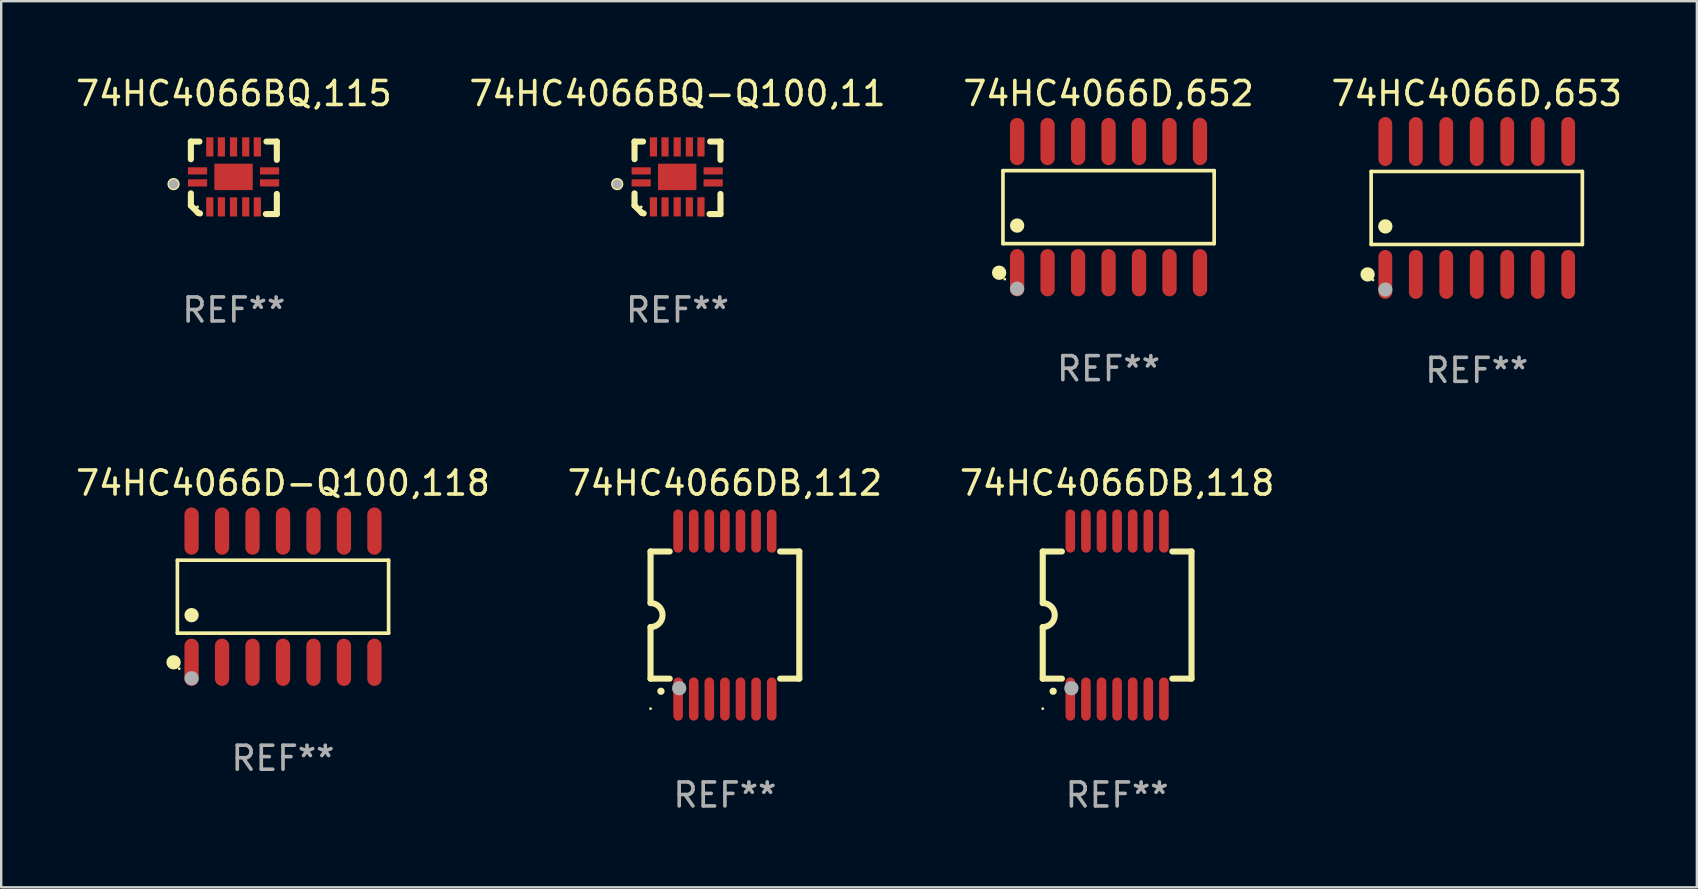
<source format=kicad_pcb>
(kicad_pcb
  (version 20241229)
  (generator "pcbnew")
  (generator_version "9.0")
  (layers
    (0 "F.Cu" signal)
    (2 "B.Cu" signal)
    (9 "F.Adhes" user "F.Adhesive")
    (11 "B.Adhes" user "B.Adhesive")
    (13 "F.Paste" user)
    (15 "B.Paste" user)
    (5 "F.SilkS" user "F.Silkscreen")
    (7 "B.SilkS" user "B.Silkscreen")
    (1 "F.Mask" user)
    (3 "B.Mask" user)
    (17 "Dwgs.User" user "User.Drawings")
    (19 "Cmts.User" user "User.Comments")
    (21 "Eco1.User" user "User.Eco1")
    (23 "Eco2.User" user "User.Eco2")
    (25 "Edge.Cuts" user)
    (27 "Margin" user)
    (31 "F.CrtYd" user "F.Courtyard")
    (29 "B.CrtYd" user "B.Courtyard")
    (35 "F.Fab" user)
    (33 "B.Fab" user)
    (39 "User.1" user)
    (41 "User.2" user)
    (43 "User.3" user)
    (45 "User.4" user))
  (footprint "74HC4066D,652"
    (layer "F.Cu")
    (at 43.149 5.582)
    (property "Reference" "74HC4066D,652" (at 0 -4.734 0) (layer "F.SilkS") (effects (font (size 1 1) (thickness 0.15))))
    (attr through_hole)
    (fp_line (start -4.401 -1.521) (end 4.401 -1.521) (stroke (width 0.152) (type solid)) (layer "F.SilkS"))
    (fp_line (start -4.401 1.521) (end -4.401 -1.521) (stroke (width 0.152) (type solid)) (layer "F.SilkS"))
    (fp_line (start 4.401 -1.521) (end 4.401 1.521) (stroke (width 0.152) (type solid)) (layer "F.SilkS"))
    (fp_line (start 4.401 1.521) (end -4.401 1.521) (stroke (width 0.152) (type solid)) (layer "F.SilkS"))
    (fp_circle (center -4.56 2.734) (end -4.41 2.734) (stroke (width 0.3) (type solid)) (fill no) (layer "F.SilkS"))
    (fp_circle (center -4.325 3) (end -4.295 3) (stroke (width 0.06) (type solid)) (fill no) (layer "F.SilkS"))
    (fp_circle (center -3.81 0.769) (end -3.66 0.769) (stroke (width 0.3) (type solid)) (fill no) (layer "F.SilkS"))
    (fp_circle (center -3.81 3.4) (end -3.66 3.4) (stroke (width 0.3) (type solid)) (fill no) (layer "F.Fab"))
    (fp_text user "REF**" (at 0 6.734 0) (layer "F.Fab") (effects (font (size 1 1) (thickness 0.15))))
    (pad "1" smd oval (at -3.81 2.734) (size 0.595 1.968) (layers "F.Cu" "F.Mask" "F.Paste"))
    (pad "2" smd oval (at -2.54 2.734) (size 0.595 1.968) (layers "F.Cu" "F.Mask" "F.Paste"))
    (pad "3" smd oval (at -1.27 2.734) (size 0.595 1.968) (layers "F.Cu" "F.Mask" "F.Paste"))
    (pad "4" smd oval (at 0 2.734) (size 0.595 1.968) (layers "F.Cu" "F.Mask" "F.Paste"))
    (pad "5" smd oval (at 1.27 2.734) (size 0.595 1.968) (layers "F.Cu" "F.Mask" "F.Paste"))
    (pad "6" smd oval (at 2.54 2.734) (size 0.595 1.968) (layers "F.Cu" "F.Mask" "F.Paste"))
    (pad "7" smd oval (at 3.81 2.734) (size 0.595 1.968) (layers "F.Cu" "F.Mask" "F.Paste"))
    (pad "8" smd oval (at 3.81 -2.734) (size 0.595 1.968) (layers "F.Cu" "F.Mask" "F.Paste"))
    (pad "9" smd oval (at 2.54 -2.734) (size 0.595 1.968) (layers "F.Cu" "F.Mask" "F.Paste"))
    (pad "10" smd oval (at 1.27 -2.734) (size 0.595 1.968) (layers "F.Cu" "F.Mask" "F.Paste"))
    (pad "11" smd oval (at 0 -2.734) (size 0.595 1.968) (layers "F.Cu" "F.Mask" "F.Paste"))
    (pad "12" smd oval (at -1.27 -2.734) (size 0.595 1.968) (layers "F.Cu" "F.Mask" "F.Paste"))
    (pad "13" smd oval (at -2.54 -2.734) (size 0.595 1.968) (layers "F.Cu" "F.Mask" "F.Paste"))
    (pad "14" smd oval (at -3.81 -2.734) (size 0.595 1.968) (layers "F.Cu" "F.Mask" "F.Paste")))
  (footprint "74HC4066BQ-Q100,11"
    (layer "F.Cu")
    (at 25.185 4.36)
    (property "Reference" "74HC4066BQ-Q100,11" (at 0 -3.511 0) (layer "F.SilkS") (effects (font (size 1 1) (thickness 0.15))))
    (attr through_hole)
    (fp_line (start -1.791 -1.511) (end -1.435 -1.511) (stroke (width 0.254) (type solid)) (layer "F.SilkS"))
    (fp_line (start -1.791 -0.775) (end -1.791 -1.511) (stroke (width 0.254) (type solid)) (layer "F.SilkS"))
    (fp_line (start -1.791 1.156) (end -1.791 0.648) (stroke (width 0.254) (type solid)) (layer "F.SilkS"))
    (fp_line (start -1.486 1.461) (end -1.791 1.156) (stroke (width 0.254) (type solid)) (layer "F.SilkS"))
    (fp_line (start -1.41 1.486) (end -1.486 1.461) (stroke (width 0.254) (type solid)) (layer "F.SilkS"))
    (fp_line (start 1.334 1.511) (end 1.791 1.511) (stroke (width 0.254) (type solid)) (layer "F.SilkS"))
    (fp_line (start 1.791 -1.511) (end 1.359 -1.511) (stroke (width 0.254) (type solid)) (layer "F.SilkS"))
    (fp_line (start 1.791 -0.749) (end 1.791 -1.511) (stroke (width 0.254) (type solid)) (layer "F.SilkS"))
    (fp_line (start 1.791 1.511) (end 1.791 0.673) (stroke (width 0.254) (type solid)) (layer "F.SilkS"))
    (fp_circle (center -2.513 0.262) (end -2.383 0.262) (stroke (width 0.254) (type solid)) (fill no) (layer "F.SilkS"))
    (fp_circle (center -1.513 1.212) (end -1.483 1.212) (stroke (width 0.06) (type solid)) (fill no) (layer "F.SilkS"))
    (fp_circle (center -2.513 0.262) (end -2.413 0.262) (stroke (width 0.2) (type solid)) (fill no) (layer "F.Fab"))
    (fp_text user "REF**" (at 0 5.511 0) (layer "F.Fab") (effects (font (size 1 1) (thickness 0.15))))
    (pad "1" smd rect (at -1.513 0.212) (size 0.8 0.3) (layers "F.Cu" "F.Mask" "F.Paste"))
    (pad "2" smd rect (at -1.003 1.212) (size 0.3 0.8) (layers "F.Cu" "F.Mask" "F.Paste"))
    (pad "3" smd rect (at -0.521 1.212) (size 0.3 0.8) (layers "F.Cu" "F.Mask" "F.Paste"))
    (pad "4" smd rect (at -0.013 1.212) (size 0.3 0.8) (layers "F.Cu" "F.Mask" "F.Paste"))
    (pad "5" smd rect (at 0.495 1.212) (size 0.3 0.8) (layers "F.Cu" "F.Mask" "F.Paste"))
    (pad "6" smd rect (at 0.978 1.212) (size 0.3 0.8) (layers "F.Cu" "F.Mask" "F.Paste"))
    (pad "7" smd rect (at 1.487 0.212) (size 0.8 0.3) (layers "F.Cu" "F.Mask" "F.Paste"))
    (pad "8" smd rect (at 1.487 -0.288) (size 0.8 0.3) (layers "F.Cu" "F.Mask" "F.Paste"))
    (pad "9" smd rect (at 0.978 -1.288) (size 0.3 0.8) (layers "F.Cu" "F.Mask" "F.Paste"))
    (pad "10" smd rect (at 0.495 -1.288) (size 0.3 0.8) (layers "F.Cu" "F.Mask" "F.Paste"))
    (pad "11" smd rect (at -0.013 -1.288) (size 0.3 0.8) (layers "F.Cu" "F.Mask" "F.Paste"))
    (pad "12" smd rect (at -0.521 -1.288) (size 0.3 0.8) (layers "F.Cu" "F.Mask" "F.Paste"))
    (pad "13" smd rect (at -1.003 -1.288) (size 0.3 0.8) (layers "F.Cu" "F.Mask" "F.Paste"))
    (pad "14" smd rect (at -1.513 -0.288) (size 0.8 0.3) (layers "F.Cu" "F.Mask" "F.Paste"))
    (pad "15" smd rect (at -0.013 -0.038 90) (size 1.1 1.6) (layers "F.Cu" "F.Mask" "F.Paste")))
  (footprint "74HC4066DB,118"
    (layer "F.Cu")
    (at 43.506 22.583)
    (property "Reference" "74HC4066DB,118" (at 0 -5.5 0) (layer "F.SilkS") (effects (font (size 1 1) (thickness 0.15))))
    (attr through_hole)
    (fp_line (start -3.1 2.65) (end -3.1 0.5) (stroke (width 0.254) (type solid)) (layer "F.SilkS"))
    (fp_line (start -3.099 -2.65) (end -2.301 -2.65) (stroke (width 0.254) (type solid)) (layer "F.SilkS"))
    (fp_line (start -3.099 -0.5) (end -3.099 -2.65) (stroke (width 0.254) (type solid)) (layer "F.SilkS"))
    (fp_line (start -2.301 2.65) (end -3.1 2.65) (stroke (width 0.254) (type solid)) (layer "F.SilkS"))
    (fp_line (start 2.301 -2.65) (end 3.1 -2.65) (stroke (width 0.254) (type solid)) (layer "F.SilkS"))
    (fp_line (start 3.1 -2.65) (end 3.1 2.65) (stroke (width 0.254) (type solid)) (layer "F.SilkS"))
    (fp_line (start 3.1 2.65) (end 2.301 2.65) (stroke (width 0.254) (type solid)) (layer "F.SilkS"))
    (fp_arc (start -3.098806 -0.500381) (mid -2.598806 0) (end -3.098806 0.500381) (stroke (width 0.254001) (type solid)) (layer "F.SilkS"))
    (fp_arc (start -2.667005 3.175006) (mid -2.665735 3.175001) (end -2.664465 3.175006) (stroke (width 0.3) (type solid)) (layer "F.SilkS"))
    (fp_circle (center -3.1 3.9) (end -3.07 3.9) (stroke (width 0.06) (type solid)) (fill no) (layer "F.SilkS"))
    (fp_circle (center -1.905 3.048) (end -1.755 3.048) (stroke (width 0.3) (type solid)) (fill no) (layer "F.Fab"))
    (fp_text user "REF**" (at 0 7.5 0) (layer "F.Fab") (effects (font (size 1 1) (thickness 0.15))))
    (pad "1" smd oval (at -1.95 3.5 270) (size 1.8 0.4) (layers "F.Cu" "F.Mask" "F.Paste"))
    (pad "2" smd oval (at -1.3 3.5 270) (size 1.8 0.4) (layers "F.Cu" "F.Mask" "F.Paste"))
    (pad "3" smd oval (at -0.65 3.5 270) (size 1.8 0.4) (layers "F.Cu" "F.Mask" "F.Paste"))
    (pad "4" smd oval (at 0 3.5 270) (size 1.8 0.4) (layers "F.Cu" "F.Mask" "F.Paste"))
    (pad "5" smd oval (at 0.65 3.5 270) (size 1.8 0.4) (layers "F.Cu" "F.Mask" "F.Paste"))
    (pad "6" smd oval (at 1.3 3.5 270) (size 1.8 0.4) (layers "F.Cu" "F.Mask" "F.Paste"))
    (pad "7" smd oval (at 1.95 3.5 270) (size 1.8 0.4) (layers "F.Cu" "F.Mask" "F.Paste"))
    (pad "8" smd oval (at 1.95 -3.5 90) (size 1.8 0.4) (layers "F.Cu" "F.Mask" "F.Paste"))
    (pad "9" smd oval (at 1.3 -3.5 90) (size 1.8 0.4) (layers "F.Cu" "F.Mask" "F.Paste"))
    (pad "10" smd oval (at 0.65 -3.5 90) (size 1.8 0.4) (layers "F.Cu" "F.Mask" "F.Paste"))
    (pad "11" smd oval (at 0 -3.5 90) (size 1.8 0.4) (layers "F.Cu" "F.Mask" "F.Paste"))
    (pad "12" smd oval (at -0.65 -3.5 90) (size 1.8 0.4) (layers "F.Cu" "F.Mask" "F.Paste"))
    (pad "13" smd oval (at -1.3 -3.5 90) (size 1.8 0.4) (layers "F.Cu" "F.Mask" "F.Paste"))
    (pad "14" smd oval (at -1.95 -3.5 90) (size 1.8 0.4) (layers "F.Cu" "F.Mask" "F.Paste")))
  (footprint "74HC4066DB,112"
    (layer "F.Cu")
    (at 27.161 22.583)
    (property "Reference" "74HC4066DB,112" (at 0 -5.5 0) (layer "F.SilkS") (effects (font (size 1 1) (thickness 0.15))))
    (attr through_hole)
    (fp_line (start -3.1 2.65) (end -3.1 0.5) (stroke (width 0.254) (type solid)) (layer "F.SilkS"))
    (fp_line (start -3.099 -2.65) (end -2.301 -2.65) (stroke (width 0.254) (type solid)) (layer "F.SilkS"))
    (fp_line (start -3.099 -0.5) (end -3.099 -2.65) (stroke (width 0.254) (type solid)) (layer "F.SilkS"))
    (fp_line (start -2.301 2.65) (end -3.1 2.65) (stroke (width 0.254) (type solid)) (layer "F.SilkS"))
    (fp_line (start 2.301 -2.65) (end 3.1 -2.65) (stroke (width 0.254) (type solid)) (layer "F.SilkS"))
    (fp_line (start 3.1 -2.65) (end 3.1 2.65) (stroke (width 0.254) (type solid)) (layer "F.SilkS"))
    (fp_line (start 3.1 2.65) (end 2.301 2.65) (stroke (width 0.254) (type solid)) (layer "F.SilkS"))
    (fp_arc (start -3.098806 -0.500381) (mid -2.598806 0) (end -3.098806 0.500381) (stroke (width 0.254001) (type solid)) (layer "F.SilkS"))
    (fp_arc (start -2.667005 3.175006) (mid -2.665735 3.175001) (end -2.664465 3.175006) (stroke (width 0.3) (type solid)) (layer "F.SilkS"))
    (fp_circle (center -3.1 3.9) (end -3.07 3.9) (stroke (width 0.06) (type solid)) (fill no) (layer "F.SilkS"))
    (fp_circle (center -1.905 3.048) (end -1.755 3.048) (stroke (width 0.3) (type solid)) (fill no) (layer "F.Fab"))
    (fp_text user "REF**" (at 0 7.5 0) (layer "F.Fab") (effects (font (size 1 1) (thickness 0.15))))
    (pad "1" smd oval (at -1.95 3.5 270) (size 1.8 0.4) (layers "F.Cu" "F.Mask" "F.Paste"))
    (pad "2" smd oval (at -1.3 3.5 270) (size 1.8 0.4) (layers "F.Cu" "F.Mask" "F.Paste"))
    (pad "3" smd oval (at -0.65 3.5 270) (size 1.8 0.4) (layers "F.Cu" "F.Mask" "F.Paste"))
    (pad "4" smd oval (at 0 3.5 270) (size 1.8 0.4) (layers "F.Cu" "F.Mask" "F.Paste"))
    (pad "5" smd oval (at 0.65 3.5 270) (size 1.8 0.4) (layers "F.Cu" "F.Mask" "F.Paste"))
    (pad "6" smd oval (at 1.3 3.5 270) (size 1.8 0.4) (layers "F.Cu" "F.Mask" "F.Paste"))
    (pad "7" smd oval (at 1.95 3.5 270) (size 1.8 0.4) (layers "F.Cu" "F.Mask" "F.Paste"))
    (pad "8" smd oval (at 1.95 -3.5 90) (size 1.8 0.4) (layers "F.Cu" "F.Mask" "F.Paste"))
    (pad "9" smd oval (at 1.3 -3.5 90) (size 1.8 0.4) (layers "F.Cu" "F.Mask" "F.Paste"))
    (pad "10" smd oval (at 0.65 -3.5 90) (size 1.8 0.4) (layers "F.Cu" "F.Mask" "F.Paste"))
    (pad "11" smd oval (at 0 -3.5 90) (size 1.8 0.4) (layers "F.Cu" "F.Mask" "F.Paste"))
    (pad "12" smd oval (at -0.65 -3.5 90) (size 1.8 0.4) (layers "F.Cu" "F.Mask" "F.Paste"))
    (pad "13" smd oval (at -1.3 -3.5 90) (size 1.8 0.4) (layers "F.Cu" "F.Mask" "F.Paste"))
    (pad "14" smd oval (at -1.95 -3.5 90) (size 1.8 0.4) (layers "F.Cu" "F.Mask" "F.Paste")))
  (footprint "74HC4066BQ,115"
    (layer "F.Cu")
    (at 6.696 4.36)
    (property "Reference" "74HC4066BQ,115" (at 0 -3.511 0) (layer "F.SilkS") (effects (font (size 1 1) (thickness 0.15))))
    (attr through_hole)
    (fp_line (start -1.791 -1.511) (end -1.435 -1.511) (stroke (width 0.254) (type solid)) (layer "F.SilkS"))
    (fp_line (start -1.791 -0.775) (end -1.791 -1.511) (stroke (width 0.254) (type solid)) (layer "F.SilkS"))
    (fp_line (start -1.791 1.156) (end -1.791 0.648) (stroke (width 0.254) (type solid)) (layer "F.SilkS"))
    (fp_line (start -1.486 1.461) (end -1.791 1.156) (stroke (width 0.254) (type solid)) (layer "F.SilkS"))
    (fp_line (start -1.41 1.486) (end -1.486 1.461) (stroke (width 0.254) (type solid)) (layer "F.SilkS"))
    (fp_line (start 1.334 1.511) (end 1.791 1.511) (stroke (width 0.254) (type solid)) (layer "F.SilkS"))
    (fp_line (start 1.791 -1.511) (end 1.359 -1.511) (stroke (width 0.254) (type solid)) (layer "F.SilkS"))
    (fp_line (start 1.791 -0.749) (end 1.791 -1.511) (stroke (width 0.254) (type solid)) (layer "F.SilkS"))
    (fp_line (start 1.791 1.511) (end 1.791 0.673) (stroke (width 0.254) (type solid)) (layer "F.SilkS"))
    (fp_circle (center -2.513 0.262) (end -2.383 0.262) (stroke (width 0.254) (type solid)) (fill no) (layer "F.SilkS"))
    (fp_circle (center -1.513 1.212) (end -1.483 1.212) (stroke (width 0.06) (type solid)) (fill no) (layer "F.SilkS"))
    (fp_circle (center -2.513 0.262) (end -2.413 0.262) (stroke (width 0.2) (type solid)) (fill no) (layer "F.Fab"))
    (fp_text user "REF**" (at 0 5.511 0) (layer "F.Fab") (effects (font (size 1 1) (thickness 0.15))))
    (pad "1" smd rect (at -1.513 0.212) (size 0.8 0.3) (layers "F.Cu" "F.Mask" "F.Paste"))
    (pad "2" smd rect (at -1.003 1.212) (size 0.3 0.8) (layers "F.Cu" "F.Mask" "F.Paste"))
    (pad "3" smd rect (at -0.521 1.212) (size 0.3 0.8) (layers "F.Cu" "F.Mask" "F.Paste"))
    (pad "4" smd rect (at -0.013 1.212) (size 0.3 0.8) (layers "F.Cu" "F.Mask" "F.Paste"))
    (pad "5" smd rect (at 0.495 1.212) (size 0.3 0.8) (layers "F.Cu" "F.Mask" "F.Paste"))
    (pad "6" smd rect (at 0.978 1.212) (size 0.3 0.8) (layers "F.Cu" "F.Mask" "F.Paste"))
    (pad "7" smd rect (at 1.487 0.212) (size 0.8 0.3) (layers "F.Cu" "F.Mask" "F.Paste"))
    (pad "8" smd rect (at 1.487 -0.288) (size 0.8 0.3) (layers "F.Cu" "F.Mask" "F.Paste"))
    (pad "9" smd rect (at 0.978 -1.288) (size 0.3 0.8) (layers "F.Cu" "F.Mask" "F.Paste"))
    (pad "10" smd rect (at 0.495 -1.288) (size 0.3 0.8) (layers "F.Cu" "F.Mask" "F.Paste"))
    (pad "11" smd rect (at -0.013 -1.288) (size 0.3 0.8) (layers "F.Cu" "F.Mask" "F.Paste"))
    (pad "12" smd rect (at -0.521 -1.288) (size 0.3 0.8) (layers "F.Cu" "F.Mask" "F.Paste"))
    (pad "13" smd rect (at -1.003 -1.288) (size 0.3 0.8) (layers "F.Cu" "F.Mask" "F.Paste"))
    (pad "14" smd rect (at -1.513 -0.288) (size 0.8 0.3) (layers "F.Cu" "F.Mask" "F.Paste"))
    (pad "15" smd rect (at -0.013 -0.038 90) (size 1.1 1.6) (layers "F.Cu" "F.Mask" "F.Paste")))
  (footprint "74HC4066D,653"
    (layer "F.Cu")
    (at 58.494 5.617)
    (property "Reference" "74HC4066D,653" (at 0 -4.769 0) (layer "F.SilkS") (effects (font (size 1 1) (thickness 0.15))))
    (attr through_hole)
    (fp_line (start -4.401 -1.521) (end 4.401 -1.521) (stroke (width 0.152) (type solid)) (layer "F.SilkS"))
    (fp_line (start -4.401 1.521) (end -4.401 -1.521) (stroke (width 0.152) (type solid)) (layer "F.SilkS"))
    (fp_line (start 4.401 -1.521) (end 4.401 1.521) (stroke (width 0.152) (type solid)) (layer "F.SilkS"))
    (fp_line (start 4.401 1.521) (end -4.401 1.521) (stroke (width 0.152) (type solid)) (layer "F.SilkS"))
    (fp_circle (center -4.549 2.769) (end -4.399 2.769) (stroke (width 0.3) (type solid)) (fill no) (layer "F.SilkS"))
    (fp_circle (center -4.325 3) (end -4.295 3) (stroke (width 0.06) (type solid)) (fill no) (layer "F.SilkS"))
    (fp_circle (center -3.81 0.769) (end -3.66 0.769) (stroke (width 0.3) (type solid)) (fill no) (layer "F.SilkS"))
    (fp_circle (center -3.81 3.4) (end -3.66 3.4) (stroke (width 0.3) (type solid)) (fill no) (layer "F.Fab"))
    (fp_text user "REF**" (at 0 6.769 0) (layer "F.Fab") (effects (font (size 1 1) (thickness 0.15))))
    (pad "1" smd oval (at -3.81 2.769) (size 0.574 2.038) (layers "F.Cu" "F.Mask" "F.Paste"))
    (pad "2" smd oval (at -2.54 2.769) (size 0.574 2.038) (layers "F.Cu" "F.Mask" "F.Paste"))
    (pad "3" smd oval (at -1.27 2.769) (size 0.574 2.038) (layers "F.Cu" "F.Mask" "F.Paste"))
    (pad "4" smd oval (at 0 2.769) (size 0.574 2.038) (layers "F.Cu" "F.Mask" "F.Paste"))
    (pad "5" smd oval (at 1.27 2.769) (size 0.574 2.038) (layers "F.Cu" "F.Mask" "F.Paste"))
    (pad "6" smd oval (at 2.54 2.769) (size 0.574 2.038) (layers "F.Cu" "F.Mask" "F.Paste"))
    (pad "7" smd oval (at 3.81 2.769) (size 0.574 2.038) (layers "F.Cu" "F.Mask" "F.Paste"))
    (pad "8" smd oval (at 3.81 -2.769) (size 0.574 2.038) (layers "F.Cu" "F.Mask" "F.Paste"))
    (pad "9" smd oval (at 2.54 -2.769) (size 0.574 2.038) (layers "F.Cu" "F.Mask" "F.Paste"))
    (pad "10" smd oval (at 1.27 -2.769) (size 0.574 2.038) (layers "F.Cu" "F.Mask" "F.Paste"))
    (pad "11" smd oval (at 0 -2.769) (size 0.574 2.038) (layers "F.Cu" "F.Mask" "F.Paste"))
    (pad "12" smd oval (at -1.27 -2.769) (size 0.574 2.038) (layers "F.Cu" "F.Mask" "F.Paste"))
    (pad "13" smd oval (at -2.54 -2.769) (size 0.574 2.038) (layers "F.Cu" "F.Mask" "F.Paste"))
    (pad "14" smd oval (at -3.81 -2.769) (size 0.574 2.038) (layers "F.Cu" "F.Mask" "F.Paste")))
  (footprint "74HC4066D-Q100,118"
    (layer "F.Cu")
    (at 8.744 21.817)
    (property "Reference" "74HC4066D-Q100,118" (at 0 -4.734 0) (layer "F.SilkS") (effects (font (size 1 1) (thickness 0.15))))
    (attr through_hole)
    (fp_line (start -4.401 -1.521) (end 4.401 -1.521) (stroke (width 0.152) (type solid)) (layer "F.SilkS"))
    (fp_line (start -4.401 1.521) (end -4.401 -1.521) (stroke (width 0.152) (type solid)) (layer "F.SilkS"))
    (fp_line (start 4.401 -1.521) (end 4.401 1.521) (stroke (width 0.152) (type solid)) (layer "F.SilkS"))
    (fp_line (start 4.401 1.521) (end -4.401 1.521) (stroke (width 0.152) (type solid)) (layer "F.SilkS"))
    (fp_circle (center -4.56 2.734) (end -4.41 2.734) (stroke (width 0.3) (type solid)) (fill no) (layer "F.SilkS"))
    (fp_circle (center -4.325 3) (end -4.295 3) (stroke (width 0.06) (type solid)) (fill no) (layer "F.SilkS"))
    (fp_circle (center -3.81 0.769) (end -3.66 0.769) (stroke (width 0.3) (type solid)) (fill no) (layer "F.SilkS"))
    (fp_circle (center -3.81 3.4) (end -3.66 3.4) (stroke (width 0.3) (type solid)) (fill no) (layer "F.Fab"))
    (fp_text user "REF**" (at 0 6.734 0) (layer "F.Fab") (effects (font (size 1 1) (thickness 0.15))))
    (pad "1" smd oval (at -3.81 2.734) (size 0.595 1.968) (layers "F.Cu" "F.Mask" "F.Paste"))
    (pad "2" smd oval (at -2.54 2.734) (size 0.595 1.968) (layers "F.Cu" "F.Mask" "F.Paste"))
    (pad "3" smd oval (at -1.27 2.734) (size 0.595 1.968) (layers "F.Cu" "F.Mask" "F.Paste"))
    (pad "4" smd oval (at 0 2.734) (size 0.595 1.968) (layers "F.Cu" "F.Mask" "F.Paste"))
    (pad "5" smd oval (at 1.27 2.734) (size 0.595 1.968) (layers "F.Cu" "F.Mask" "F.Paste"))
    (pad "6" smd oval (at 2.54 2.734) (size 0.595 1.968) (layers "F.Cu" "F.Mask" "F.Paste"))
    (pad "7" smd oval (at 3.81 2.734) (size 0.595 1.968) (layers "F.Cu" "F.Mask" "F.Paste"))
    (pad "8" smd oval (at 3.81 -2.734) (size 0.595 1.968) (layers "F.Cu" "F.Mask" "F.Paste"))
    (pad "9" smd oval (at 2.54 -2.734) (size 0.595 1.968) (layers "F.Cu" "F.Mask" "F.Paste"))
    (pad "10" smd oval (at 1.27 -2.734) (size 0.595 1.968) (layers "F.Cu" "F.Mask" "F.Paste"))
    (pad "11" smd oval (at 0 -2.734) (size 0.595 1.968) (layers "F.Cu" "F.Mask" "F.Paste"))
    (pad "12" smd oval (at -1.27 -2.734) (size 0.595 1.968) (layers "F.Cu" "F.Mask" "F.Paste"))
    (pad "13" smd oval (at -2.54 -2.734) (size 0.595 1.968) (layers "F.Cu" "F.Mask" "F.Paste"))
    (pad "14" smd oval (at -3.81 -2.734) (size 0.595 1.968) (layers "F.Cu" "F.Mask" "F.Paste")))
  (gr_rect
    (start -3 -3)
    (end 67.667 33.931)
    (stroke (width 0.1) (type default))
    (fill no)
    (layer "Edge.Cuts")))
</source>
